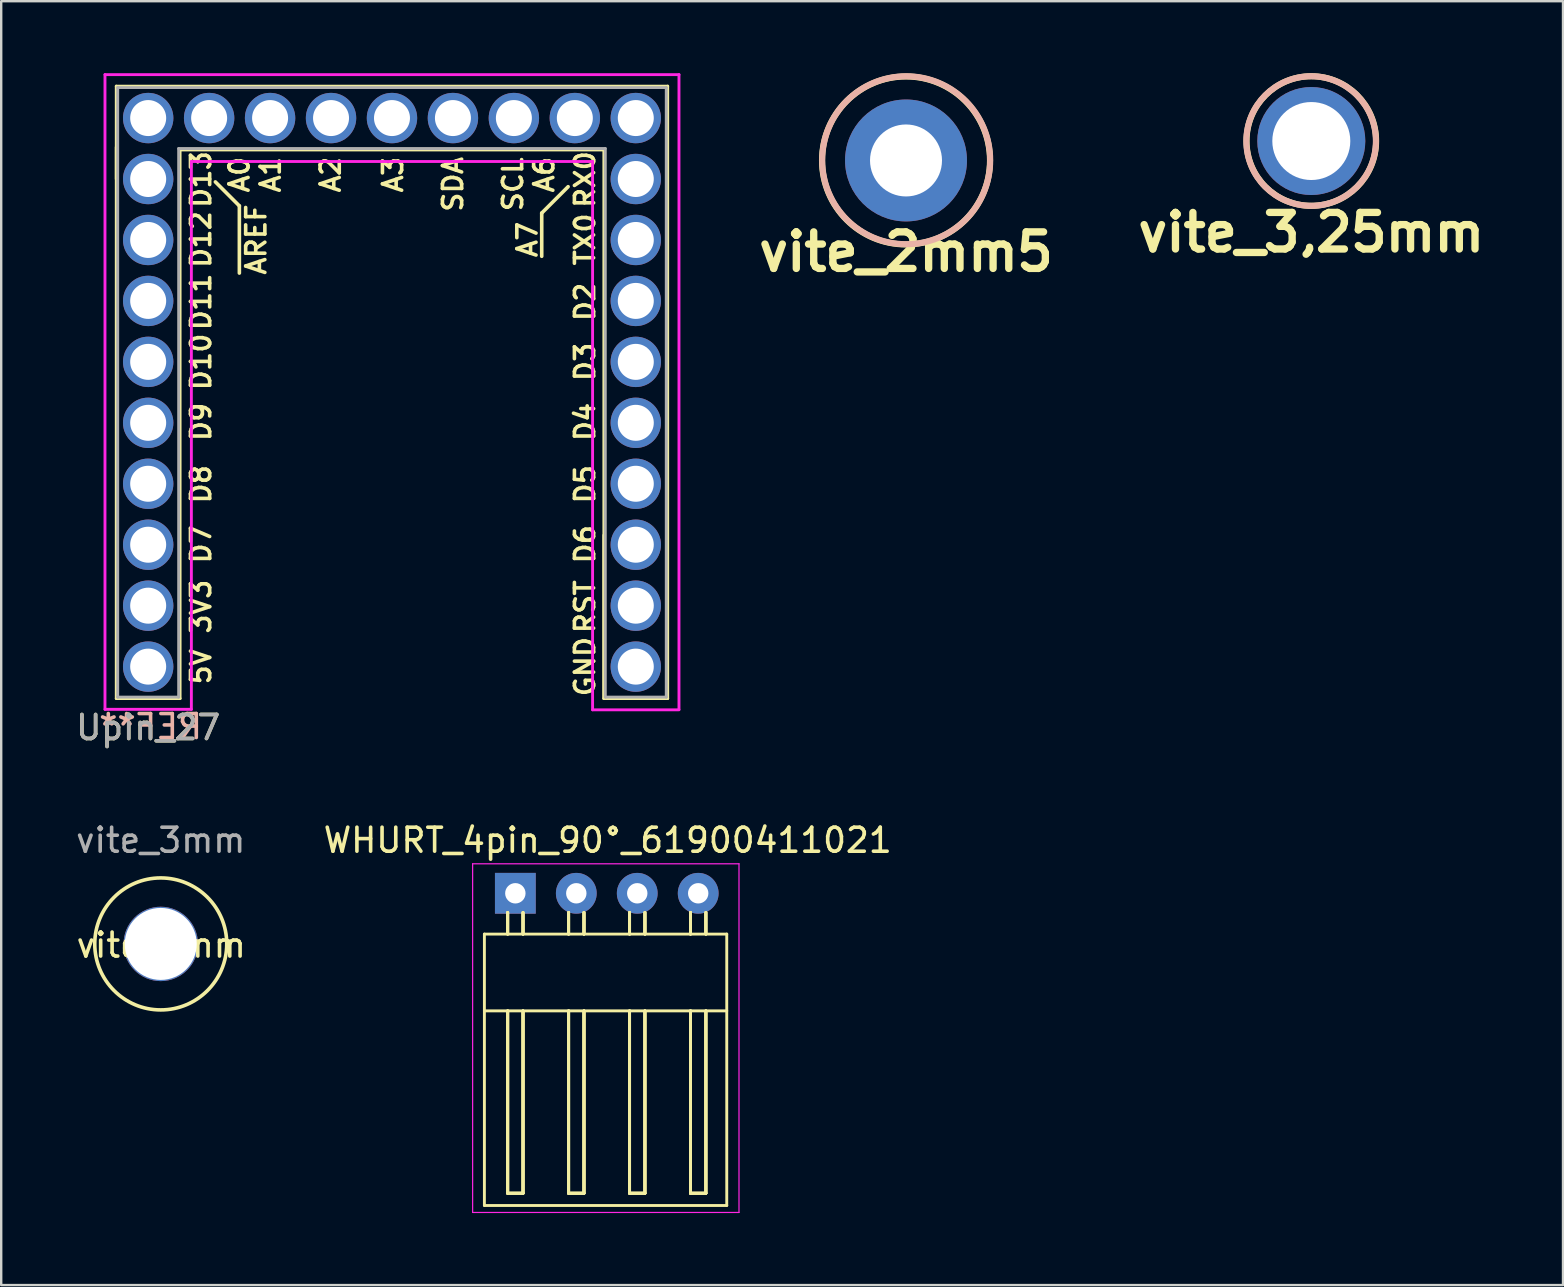
<source format=kicad_pcb>
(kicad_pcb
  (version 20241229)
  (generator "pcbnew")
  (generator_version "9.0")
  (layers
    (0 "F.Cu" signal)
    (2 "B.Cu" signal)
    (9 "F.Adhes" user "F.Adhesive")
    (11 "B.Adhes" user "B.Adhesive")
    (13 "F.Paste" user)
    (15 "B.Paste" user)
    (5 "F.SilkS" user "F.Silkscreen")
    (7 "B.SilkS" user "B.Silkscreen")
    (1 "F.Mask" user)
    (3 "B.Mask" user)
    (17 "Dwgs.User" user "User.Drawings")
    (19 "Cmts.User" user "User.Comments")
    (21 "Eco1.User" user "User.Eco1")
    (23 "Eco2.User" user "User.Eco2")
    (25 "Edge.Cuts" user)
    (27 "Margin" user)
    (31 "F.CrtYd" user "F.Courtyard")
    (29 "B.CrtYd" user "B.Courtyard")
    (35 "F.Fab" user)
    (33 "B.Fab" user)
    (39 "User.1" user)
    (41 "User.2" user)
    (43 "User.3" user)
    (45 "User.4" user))
  (footprint "Upin_27"
    (layer "F.Cu")
    (at 3.125 24.73)
    (property "Reference" "Upin_27" (at 0 2.54 0) (layer "F.SilkS") (effects (font (size 1 1) (thickness 0.15))))
    (attr through_hole)
    (fp_line (start -1.33 -20.32) (end -1.33 -21.65) (stroke (width 0.12) (type solid)) (layer "F.SilkS"))
    (fp_line (start -1.33 1.33) (end -1.33 -24.19) (stroke (width 0.12) (type solid)) (layer "F.SilkS"))
    (fp_line (start -1.33 1.33) (end 1.33 1.33) (stroke (width 0.12) (type solid)) (layer "F.SilkS"))
    (fp_line (start 1.33 -21.53) (end 18.99 -21.53) (stroke (width 0.12) (type solid)) (layer "F.SilkS"))
    (fp_line (start 1.33 1.33) (end 1.33 -21.53) (stroke (width 0.12) (type solid)) (layer "F.SilkS"))
    (fp_line (start 2.8 -20.2) (end 3.8 -19.2) (stroke (width 0.15) (type solid)) (layer "F.SilkS"))
    (fp_line (start 3.8 -19.2) (end 3.8 -16.4) (stroke (width 0.15) (type solid)) (layer "F.SilkS"))
    (fp_line (start 16.4 -18.9) (end 16.4 -17.1) (stroke (width 0.15) (type solid)) (layer "F.SilkS"))
    (fp_line (start 16.4 -18.9) (end 17.5 -20) (stroke (width 0.15) (type solid)) (layer "F.SilkS"))
    (fp_line (start 18.99 1.33) (end 18.99 -21.53) (stroke (width 0.12) (type solid)) (layer "F.SilkS"))
    (fp_line (start 18.99 1.33) (end 18.99 -5.48) (stroke (width 0.12) (type solid)) (layer "F.SilkS"))
    (fp_line (start 21.65 -24.19) (end -1.33 -24.19) (stroke (width 0.12) (type solid)) (layer "F.SilkS"))
    (fp_line (start 21.65 1.33) (end 18.99 1.33) (stroke (width 0.12) (type solid)) (layer "F.SilkS"))
    (fp_line (start 21.65 1.33) (end 21.65 -24.19) (stroke (width 0.12) (type solid)) (layer "F.SilkS"))
    (fp_line (start -1.8 -24.67) (end 22.12 -24.67) (stroke (width 0.12) (type solid)) (layer "F.CrtYd"))
    (fp_line (start -1.8 1.78) (end -1.8 -24.67) (stroke (width 0.12) (type solid)) (layer "F.CrtYd"))
    (fp_line (start -1.8 1.78) (end 1.8 1.78) (stroke (width 0.12) (type solid)) (layer "F.CrtYd"))
    (fp_line (start 1.8 1.78) (end 1.8 -21.05) (stroke (width 0.12) (type solid)) (layer "F.CrtYd"))
    (fp_line (start 18.52 -21.05) (end 1.8 -21.05) (stroke (width 0.12) (type solid)) (layer "F.CrtYd"))
    (fp_line (start 18.52 -21.05) (end 18.52 1.8) (stroke (width 0.12) (type solid)) (layer "F.CrtYd"))
    (fp_line (start 18.52 1.8) (end 22.12 1.8) (stroke (width 0.12) (type solid)) (layer "F.CrtYd"))
    (fp_line (start 22.12 1.78) (end 22.12 -24.67) (stroke (width 0.12) (type solid)) (layer "F.CrtYd"))
    (fp_line (start -1.27 -24.13) (end -1.27 1.27) (stroke (width 0.12) (type solid)) (layer "F.Fab"))
    (fp_line (start -1.27 1.27) (end 1.27 1.27) (stroke (width 0.12) (type solid)) (layer "F.Fab"))
    (fp_line (start 1.27 -21.59) (end 19.05 -21.59) (stroke (width 0.12) (type solid)) (layer "F.Fab"))
    (fp_line (start 1.27 1.27) (end 1.27 -21.59) (stroke (width 0.12) (type solid)) (layer "F.Fab"))
    (fp_line (start 19.05 -21.59) (end 19.05 1.27) (stroke (width 0.12) (type solid)) (layer "F.Fab"))
    (fp_line (start 19.05 1.27) (end 21.59 1.27) (stroke (width 0.12) (type solid)) (layer "F.Fab"))
    (fp_line (start 21.59 -24.13) (end -1.27 -24.13) (stroke (width 0.12) (type solid)) (layer "F.Fab"))
    (fp_line (start 21.59 1.27) (end 21.59 -24.13) (stroke (width 0.12) (type solid)) (layer "F.Fab"))
    (fp_text user "D9" (at 2.2 -10.2 90) (layer "F.SilkS") (effects (font (size 0.8 0.8) (thickness 0.15))))
    (fp_text user "RST" (at 18.2 -2.5 90) (layer "F.SilkS") (effects (font (size 0.8 0.8) (thickness 0.15))))
    (fp_text user "D7" (at 2.2 -5.1 90) (layer "F.SilkS") (effects (font (size 0.8 0.8) (thickness 0.15))))
    (fp_text user "D2" (at 18.2 -15.2 90) (layer "F.SilkS") (effects (font (size 0.8 0.8) (thickness 0.15))))
    (fp_text user "A1" (at 5.1 -20.5 90) (layer "F.SilkS") (effects (font (size 0.8 0.8) (thickness 0.15))))
    (fp_text user "D8" (at 2.2 -7.6 90) (layer "F.SilkS") (effects (font (size 0.8 0.8) (thickness 0.15))))
    (fp_text user "A7" (at 15.8 -17.8 90) (layer "F.SilkS") (effects (font (size 0.8 0.8) (thickness 0.15))))
    (fp_text user "D13" (at 2.2 -20.3 90) (layer "F.SilkS") (effects (font (size 0.8 0.8) (thickness 0.15))))
    (fp_text user "D11" (at 2.2 -15.2 90) (layer "F.SilkS") (effects (font (size 0.8 0.8) (thickness 0.15))))
    (fp_text user "GND" (at 18.2 0 90) (layer "F.SilkS") (effects (font (size 0.8 0.8) (thickness 0.15))))
    (fp_text user "D4" (at 18.2 -10.2 90) (layer "F.SilkS") (effects (font (size 0.8 0.8) (thickness 0.15))))
    (fp_text user "AREF" (at 4.5 -17.8 90) (layer "F.SilkS") (effects (font (size 0.8 0.8) (thickness 0.15))))
    (fp_text user "D5" (at 18.2 -7.6 90) (layer "F.SilkS") (effects (font (size 0.8 0.8) (thickness 0.15))))
    (fp_text user "A0" (at 3.8 -20.5 90) (layer "F.SilkS") (effects (font (size 0.8 0.8) (thickness 0.15))))
    (fp_text user "RX0" (at 18.2 -20.3 90) (layer "F.SilkS") (effects (font (size 0.8 0.8) (thickness 0.15))))
    (fp_text user "5V" (at 2.2 0 90) (layer "F.SilkS") (effects (font (size 0.8 0.8) (thickness 0.15))))
    (fp_text user "SCL" (at 15.2 -20.1 90) (layer "F.SilkS") (effects (font (size 0.8 0.8) (thickness 0.15))))
    (fp_text user "D3" (at 18.2 -12.7 90) (layer "F.SilkS") (effects (font (size 0.8 0.8) (thickness 0.15))))
    (fp_text user "D12" (at 2.2 -17.8 90) (layer "F.SilkS") (effects (font (size 0.8 0.8) (thickness 0.15))))
    (fp_text user "TX0" (at 18.2 -17.8 90) (layer "F.SilkS") (effects (font (size 0.8 0.8) (thickness 0.15))))
    (fp_text user "3V3" (at 2.2 -2.5 90) (layer "F.SilkS") (effects (font (size 0.8 0.8) (thickness 0.15))))
    (fp_text user "D10" (at 2.2 -12.7 90) (layer "F.SilkS") (effects (font (size 0.8 0.8) (thickness 0.15))))
    (fp_text user "A2" (at 7.6 -20.5 90) (layer "F.SilkS") (effects (font (size 0.8 0.8) (thickness 0.15))))
    (fp_text user "SDA" (at 12.7 -20.1 90) (layer "F.SilkS") (effects (font (size 0.8 0.8) (thickness 0.15))))
    (fp_text user "D6" (at 18.2 -5.1 90) (layer "F.SilkS") (effects (font (size 0.8 0.8) (thickness 0.15))))
    (fp_text user "A3" (at 10.2 -20.5 90) (layer "F.SilkS") (effects (font (size 0.8 0.8) (thickness 0.15))))
    (fp_text user "A6" (at 16.5 -20.5 90) (layer "F.SilkS") (effects (font (size 0.8 0.8) (thickness 0.15))))
    (fp_text user "REF**" (at 0.1 2.5 0) (layer "B.SilkS") (effects (font (size 1 1) (thickness 0.15)) (justify mirror)))
    (fp_text user "${REFERENCE}" (at 0 2.54 0) (layer "F.Fab") (effects (font (size 1 1) (thickness 0.15))))
    (pad "1" thru_hole circle (at 0 0) (size 2.1 2.1) (drill 1.5) (layers "*.Cu" "*.Mask"))
    (pad "2" thru_hole circle (at 0 -2.54) (size 2.1 2.1) (drill 1.5) (layers "*.Cu" "*.Mask"))
    (pad "3" thru_hole circle (at 0 -5.08) (size 2.1 2.1) (drill 1.5) (layers "*.Cu" "*.Mask"))
    (pad "4" thru_hole circle (at 0 -7.62) (size 2.1 2.1) (drill 1.5) (layers "*.Cu" "*.Mask"))
    (pad "5" thru_hole circle (at 0 -10.16) (size 2.1 2.1) (drill 1.5) (layers "*.Cu" "*.Mask"))
    (pad "6" thru_hole circle (at 0 -12.7) (size 2.1 2.1) (drill 1.5) (layers "*.Cu" "*.Mask"))
    (pad "7" thru_hole circle (at 0 -15.24) (size 2.1 2.1) (drill 1.5) (layers "*.Cu" "*.Mask"))
    (pad "8" thru_hole circle (at 0 -17.78) (size 2.1 2.1) (drill 1.5) (layers "*.Cu" "*.Mask"))
    (pad "9" thru_hole circle (at 0 -20.32) (size 2.1 2.1) (drill 1.5) (layers "*.Cu" "*.Mask"))
    (pad "10" thru_hole circle (at 0 -22.86) (size 2.1 2.1) (drill 1.5) (layers "*.Cu" "*.Mask"))
    (pad "11" thru_hole circle (at 2.54 -22.86) (size 2.1 2.1) (drill 1.5) (layers "*.Cu" "*.Mask"))
    (pad "12" thru_hole circle (at 5.08 -22.86) (size 2.1 2.1) (drill 1.5) (layers "*.Cu" "*.Mask"))
    (pad "13" thru_hole circle (at 7.62 -22.86) (size 2.1 2.1) (drill 1.5) (layers "*.Cu" "*.Mask"))
    (pad "14" thru_hole circle (at 10.16 -22.86) (size 2.1 2.1) (drill 1.5) (layers "*.Cu" "*.Mask"))
    (pad "15" thru_hole circle (at 12.7 -22.86) (size 2.1 2.1) (drill 1.5) (layers "*.Cu" "*.Mask"))
    (pad "16" thru_hole circle (at 15.24 -22.86) (size 2.1 2.1) (drill 1.5) (layers "*.Cu" "*.Mask"))
    (pad "17" thru_hole circle (at 17.78 -22.86) (size 2.1 2.1) (drill 1.5) (layers "*.Cu" "*.Mask"))
    (pad "18" thru_hole circle (at 20.32 -22.86) (size 2.1 2.1) (drill 1.5) (layers "*.Cu" "*.Mask"))
    (pad "19" thru_hole circle (at 20.32 -20.32) (size 2.1 2.1) (drill 1.5) (layers "*.Cu" "*.Mask"))
    (pad "20" thru_hole circle (at 20.32 -17.78) (size 2.1 2.1) (drill 1.5) (layers "*.Cu" "*.Mask"))
    (pad "21" thru_hole circle (at 20.32 -15.24) (size 2.1 2.1) (drill 1.5) (layers "*.Cu" "*.Mask"))
    (pad "22" thru_hole circle (at 20.32 -12.7) (size 2.1 2.1) (drill 1.5) (layers "*.Cu" "*.Mask"))
    (pad "23" thru_hole circle (at 20.32 -10.16) (size 2.1 2.1) (drill 1.5) (layers "*.Cu" "*.Mask"))
    (pad "24" thru_hole circle (at 20.32 -7.62) (size 2.1 2.1) (drill 1.5) (layers "*.Cu" "*.Mask"))
    (pad "25" thru_hole circle (at 20.32 -5.08) (size 2.1 2.1) (drill 1.5) (layers "*.Cu" "*.Mask"))
    (pad "26" thru_hole circle (at 20.32 -2.54) (size 2.1 2.1) (drill 1.5) (layers "*.Cu" "*.Mask"))
    (pad "27" thru_hole circle (at 20.32 0) (size 2.1 2.1) (drill 1.5) (layers "*.Cu" "*.Mask")))
  (footprint "vite_3,25mm"
    (layer "F.Cu")
    (at 51.596 2.827)
    (property "Reference" "vite_3,25mm" (at 0 3.81 0) (layer "F.SilkS") (effects (font (size 1.524 1.524) (thickness 0.305))))
    (attr through_hole)
    (fp_circle (center 0 0) (end 2.7 0) (stroke (width 0.254) (type solid)) (fill no) (layer "F.SilkS"))
    (fp_circle (center -0.008 0) (end 2.692 0) (stroke (width 0.254) (type solid)) (fill no) (layer "B.SilkS"))
    (pad "" thru_hole circle (at 0 0) (size 4.5 4.5) (drill 3.25) (layers "*.Cu" "*.Mask")))
  (footprint "vite_2mm5"
    (layer "F.Cu")
    (at 34.706 3.637)
    (property "Reference" "vite_2mm5" (at 0 3.81 0) (layer "F.SilkS") (effects (font (size 1.524 1.524) (thickness 0.305))))
    (attr through_hole)
    (fp_circle (center 0 0) (end 3.5 0) (stroke (width 0.254) (type solid)) (fill no) (layer "F.SilkS"))
    (fp_circle (center 0.008 -0.01) (end 3.508 -0.01) (stroke (width 0.254) (type solid)) (fill no) (layer "B.SilkS"))
    (pad "" thru_hole circle (at 0 0) (size 5.08 5.08) (drill 3) (layers "*.Cu" "*.Mask")))
  (footprint "vite_3mm"
    (layer "F.Cu")
    (at 3.649 36.286)
    (property "Reference" "vite_3mm" (at 0.02 0.05 0) (layer "F.SilkS") (effects (font (size 1 1) (thickness 0.15))))
    (attr smd)
    (fp_circle (center 0 0) (end 2.75 0.03) (stroke (width 0.15) (type solid)) (fill no) (layer "F.SilkS"))
    (fp_text user "${REFERENCE}" (at 0 -4.32 0) (layer "F.Fab") (effects (font (size 1 1) (thickness 0.15))))
    (pad "" thru_hole oval (at 0 0) (size 3.1 3.1) (drill 3) (layers "*.Cu" "*.Mask")))
  (footprint "WHURT_4pin_90°_61900411021"
    (layer "F.Cu")
    (at 18.426 34.176)
    (property "Reference" "WHURT_4pin_90°_61900411021" (at 3.85 -2.21 0) (layer "F.SilkS") (effects (font (size 1 1) (thickness 0.15))))
    (attr through_hole)
    (fp_line (start -1.29 1.7) (end -1.29 13.01) (stroke (width 0.12) (type solid)) (layer "F.SilkS"))
    (fp_line (start -1.29 13.01) (end 8.81 13.01) (stroke (width 0.12) (type solid)) (layer "F.SilkS"))
    (fp_line (start -0.32 1.7) (end -0.32 0.8) (stroke (width 0.12) (type solid)) (layer "F.SilkS"))
    (fp_line (start -0.32 1.7) (end -0.32 0.8) (stroke (width 0.12) (type solid)) (layer "F.SilkS"))
    (fp_line (start -0.32 1.7) (end -0.32 0.8) (stroke (width 0.12) (type solid)) (layer "F.SilkS"))
    (fp_line (start -0.32 1.7) (end -0.32 0.8) (stroke (width 0.12) (type solid)) (layer "F.SilkS"))
    (fp_line (start -0.32 4.9) (end -0.32 12.5) (stroke (width 0.12) (type solid)) (layer "F.SilkS"))
    (fp_line (start -0.32 4.9) (end -0.32 12.5) (stroke (width 0.12) (type solid)) (layer "F.SilkS"))
    (fp_line (start -0.32 4.9) (end -0.32 12.5) (stroke (width 0.12) (type solid)) (layer "F.SilkS"))
    (fp_line (start -0.32 4.9) (end -0.32 12.5) (stroke (width 0.12) (type solid)) (layer "F.SilkS"))
    (fp_line (start -0.32 12.5) (end 0.32 12.5) (stroke (width 0.12) (type solid)) (layer "F.SilkS"))
    (fp_line (start -0.32 12.5) (end 0.32 12.5) (stroke (width 0.12) (type solid)) (layer "F.SilkS"))
    (fp_line (start -0.32 12.5) (end 0.32 12.5) (stroke (width 0.12) (type solid)) (layer "F.SilkS"))
    (fp_line (start -0.32 12.5) (end 0.32 12.5) (stroke (width 0.12) (type solid)) (layer "F.SilkS"))
    (fp_line (start 0.32 0.8) (end 0.32 1.7) (stroke (width 0.12) (type solid)) (layer "F.SilkS"))
    (fp_line (start 0.32 0.8) (end 0.32 1.7) (stroke (width 0.12) (type solid)) (layer "F.SilkS"))
    (fp_line (start 0.32 0.8) (end 0.32 1.7) (stroke (width 0.12) (type solid)) (layer "F.SilkS"))
    (fp_line (start 0.32 0.8) (end 0.32 1.7) (stroke (width 0.12) (type solid)) (layer "F.SilkS"))
    (fp_line (start 0.32 12.5) (end 0.32 4.9) (stroke (width 0.12) (type solid)) (layer "F.SilkS"))
    (fp_line (start 0.32 12.5) (end 0.32 4.9) (stroke (width 0.12) (type solid)) (layer "F.SilkS"))
    (fp_line (start 0.32 12.5) (end 0.32 4.9) (stroke (width 0.12) (type solid)) (layer "F.SilkS"))
    (fp_line (start 0.32 12.5) (end 0.32 4.9) (stroke (width 0.12) (type solid)) (layer "F.SilkS"))
    (fp_line (start 2.22 1.7) (end 2.22 0.8) (stroke (width 0.12) (type solid)) (layer "F.SilkS"))
    (fp_line (start 2.22 1.7) (end 2.22 0.8) (stroke (width 0.12) (type solid)) (layer "F.SilkS"))
    (fp_line (start 2.22 1.7) (end 2.22 0.8) (stroke (width 0.12) (type solid)) (layer "F.SilkS"))
    (fp_line (start 2.22 1.7) (end 2.22 0.8) (stroke (width 0.12) (type solid)) (layer "F.SilkS"))
    (fp_line (start 2.22 4.9) (end 2.22 12.5) (stroke (width 0.12) (type solid)) (layer "F.SilkS"))
    (fp_line (start 2.22 4.9) (end 2.22 12.5) (stroke (width 0.12) (type solid)) (layer "F.SilkS"))
    (fp_line (start 2.22 4.9) (end 2.22 12.5) (stroke (width 0.12) (type solid)) (layer "F.SilkS"))
    (fp_line (start 2.22 4.9) (end 2.22 12.5) (stroke (width 0.12) (type solid)) (layer "F.SilkS"))
    (fp_line (start 2.22 12.5) (end 2.86 12.5) (stroke (width 0.12) (type solid)) (layer "F.SilkS"))
    (fp_line (start 2.22 12.5) (end 2.86 12.5) (stroke (width 0.12) (type solid)) (layer "F.SilkS"))
    (fp_line (start 2.22 12.5) (end 2.86 12.5) (stroke (width 0.12) (type solid)) (layer "F.SilkS"))
    (fp_line (start 2.22 12.5) (end 2.86 12.5) (stroke (width 0.12) (type solid)) (layer "F.SilkS"))
    (fp_line (start 2.86 0.8) (end 2.86 1.7) (stroke (width 0.12) (type solid)) (layer "F.SilkS"))
    (fp_line (start 2.86 0.8) (end 2.86 1.7) (stroke (width 0.12) (type solid)) (layer "F.SilkS"))
    (fp_line (start 2.86 0.8) (end 2.86 1.7) (stroke (width 0.12) (type solid)) (layer "F.SilkS"))
    (fp_line (start 2.86 0.8) (end 2.86 1.7) (stroke (width 0.12) (type solid)) (layer "F.SilkS"))
    (fp_line (start 2.86 12.5) (end 2.86 4.9) (stroke (width 0.12) (type solid)) (layer "F.SilkS"))
    (fp_line (start 2.86 12.5) (end 2.86 4.9) (stroke (width 0.12) (type solid)) (layer "F.SilkS"))
    (fp_line (start 2.86 12.5) (end 2.86 4.9) (stroke (width 0.12) (type solid)) (layer "F.SilkS"))
    (fp_line (start 2.86 12.5) (end 2.86 4.9) (stroke (width 0.12) (type solid)) (layer "F.SilkS"))
    (fp_line (start 4.76 1.7) (end 4.76 0.8) (stroke (width 0.12) (type solid)) (layer "F.SilkS"))
    (fp_line (start 4.76 1.7) (end 4.76 0.8) (stroke (width 0.12) (type solid)) (layer "F.SilkS"))
    (fp_line (start 4.76 1.7) (end 4.76 0.8) (stroke (width 0.12) (type solid)) (layer "F.SilkS"))
    (fp_line (start 4.76 1.7) (end 4.76 0.8) (stroke (width 0.12) (type solid)) (layer "F.SilkS"))
    (fp_line (start 4.76 4.9) (end 4.76 12.5) (stroke (width 0.12) (type solid)) (layer "F.SilkS"))
    (fp_line (start 4.76 4.9) (end 4.76 12.5) (stroke (width 0.12) (type solid)) (layer "F.SilkS"))
    (fp_line (start 4.76 4.9) (end 4.76 12.5) (stroke (width 0.12) (type solid)) (layer "F.SilkS"))
    (fp_line (start 4.76 4.9) (end 4.76 12.5) (stroke (width 0.12) (type solid)) (layer "F.SilkS"))
    (fp_line (start 4.76 12.5) (end 5.4 12.5) (stroke (width 0.12) (type solid)) (layer "F.SilkS"))
    (fp_line (start 4.76 12.5) (end 5.4 12.5) (stroke (width 0.12) (type solid)) (layer "F.SilkS"))
    (fp_line (start 4.76 12.5) (end 5.4 12.5) (stroke (width 0.12) (type solid)) (layer "F.SilkS"))
    (fp_line (start 4.76 12.5) (end 5.4 12.5) (stroke (width 0.12) (type solid)) (layer "F.SilkS"))
    (fp_line (start 5.4 0.8) (end 5.4 1.7) (stroke (width 0.12) (type solid)) (layer "F.SilkS"))
    (fp_line (start 5.4 0.8) (end 5.4 1.7) (stroke (width 0.12) (type solid)) (layer "F.SilkS"))
    (fp_line (start 5.4 0.8) (end 5.4 1.7) (stroke (width 0.12) (type solid)) (layer "F.SilkS"))
    (fp_line (start 5.4 0.8) (end 5.4 1.7) (stroke (width 0.12) (type solid)) (layer "F.SilkS"))
    (fp_line (start 5.4 12.5) (end 5.4 4.9) (stroke (width 0.12) (type solid)) (layer "F.SilkS"))
    (fp_line (start 5.4 12.5) (end 5.4 4.9) (stroke (width 0.12) (type solid)) (layer "F.SilkS"))
    (fp_line (start 5.4 12.5) (end 5.4 4.9) (stroke (width 0.12) (type solid)) (layer "F.SilkS"))
    (fp_line (start 5.4 12.5) (end 5.4 4.9) (stroke (width 0.12) (type solid)) (layer "F.SilkS"))
    (fp_line (start 7.3 1.7) (end 7.3 0.8) (stroke (width 0.12) (type solid)) (layer "F.SilkS"))
    (fp_line (start 7.3 1.7) (end 7.3 0.8) (stroke (width 0.12) (type solid)) (layer "F.SilkS"))
    (fp_line (start 7.3 1.7) (end 7.3 0.8) (stroke (width 0.12) (type solid)) (layer "F.SilkS"))
    (fp_line (start 7.3 1.7) (end 7.3 0.8) (stroke (width 0.12) (type solid)) (layer "F.SilkS"))
    (fp_line (start 7.3 4.9) (end 7.3 12.5) (stroke (width 0.12) (type solid)) (layer "F.SilkS"))
    (fp_line (start 7.3 4.9) (end 7.3 12.5) (stroke (width 0.12) (type solid)) (layer "F.SilkS"))
    (fp_line (start 7.3 4.9) (end 7.3 12.5) (stroke (width 0.12) (type solid)) (layer "F.SilkS"))
    (fp_line (start 7.3 4.9) (end 7.3 12.5) (stroke (width 0.12) (type solid)) (layer "F.SilkS"))
    (fp_line (start 7.3 12.5) (end 7.94 12.5) (stroke (width 0.12) (type solid)) (layer "F.SilkS"))
    (fp_line (start 7.3 12.5) (end 7.94 12.5) (stroke (width 0.12) (type solid)) (layer "F.SilkS"))
    (fp_line (start 7.3 12.5) (end 7.94 12.5) (stroke (width 0.12) (type solid)) (layer "F.SilkS"))
    (fp_line (start 7.3 12.5) (end 7.94 12.5) (stroke (width 0.12) (type solid)) (layer "F.SilkS"))
    (fp_line (start 7.94 0.8) (end 7.94 1.7) (stroke (width 0.12) (type solid)) (layer "F.SilkS"))
    (fp_line (start 7.94 0.8) (end 7.94 1.7) (stroke (width 0.12) (type solid)) (layer "F.SilkS"))
    (fp_line (start 7.94 0.8) (end 7.94 1.7) (stroke (width 0.12) (type solid)) (layer "F.SilkS"))
    (fp_line (start 7.94 0.8) (end 7.94 1.7) (stroke (width 0.12) (type solid)) (layer "F.SilkS"))
    (fp_line (start 7.94 12.5) (end 7.94 4.9) (stroke (width 0.12) (type solid)) (layer "F.SilkS"))
    (fp_line (start 7.94 12.5) (end 7.94 4.9) (stroke (width 0.12) (type solid)) (layer "F.SilkS"))
    (fp_line (start 7.94 12.5) (end 7.94 4.9) (stroke (width 0.12) (type solid)) (layer "F.SilkS"))
    (fp_line (start 7.94 12.5) (end 7.94 4.9) (stroke (width 0.12) (type solid)) (layer "F.SilkS"))
    (fp_line (start 8.81 1.7) (end -1.29 1.7) (stroke (width 0.12) (type solid)) (layer "F.SilkS"))
    (fp_line (start 8.81 4.9) (end -1.29 4.9) (stroke (width 0.12) (type solid)) (layer "F.SilkS"))
    (fp_line (start 8.81 13.01) (end 8.81 1.7) (stroke (width 0.12) (type solid)) (layer "F.SilkS"))
    (fp_line (start -1.78 -1.23) (end -1.78 13.3) (stroke (width 0.05) (type solid)) (layer "F.CrtYd"))
    (fp_line (start -1.78 13.3) (end 9.32 13.3) (stroke (width 0.05) (type solid)) (layer "F.CrtYd"))
    (fp_line (start 9.32 -1.23) (end -1.78 -1.23) (stroke (width 0.05) (type solid)) (layer "F.CrtYd"))
    (fp_line (start 9.32 13.3) (end 9.32 -1.23) (stroke (width 0.05) (type solid)) (layer "F.CrtYd"))
    (pad "1" thru_hole rect (at 0 0) (size 1.7 1.7) (drill 0.85) (layers "*.Cu" "*.Mask"))
    (pad "2" thru_hole circle (at 2.54 0) (size 1.7 1.7) (drill 0.85) (layers "*.Cu" "*.Mask"))
    (pad "3" thru_hole circle (at 5.08 0) (size 1.7 1.7) (drill 0.85) (layers "*.Cu" "*.Mask"))
    (pad "4" thru_hole circle (at 7.62 0) (size 1.7 1.7) (drill 0.85) (layers "*.Cu" "*.Mask")))
  (gr_rect
    (start -3 -3)
    (end 62.085 50.502)
    (stroke (width 0.1) (type default))
    (fill no)
    (layer "Edge.Cuts")))
</source>
